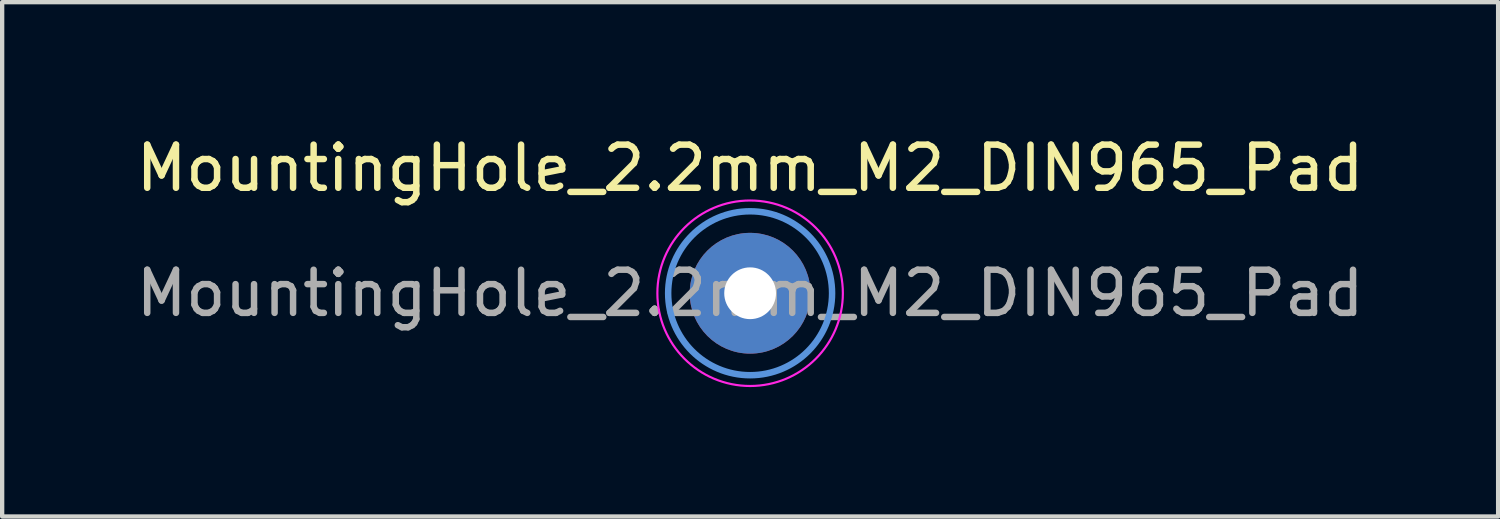
<source format=kicad_pcb>
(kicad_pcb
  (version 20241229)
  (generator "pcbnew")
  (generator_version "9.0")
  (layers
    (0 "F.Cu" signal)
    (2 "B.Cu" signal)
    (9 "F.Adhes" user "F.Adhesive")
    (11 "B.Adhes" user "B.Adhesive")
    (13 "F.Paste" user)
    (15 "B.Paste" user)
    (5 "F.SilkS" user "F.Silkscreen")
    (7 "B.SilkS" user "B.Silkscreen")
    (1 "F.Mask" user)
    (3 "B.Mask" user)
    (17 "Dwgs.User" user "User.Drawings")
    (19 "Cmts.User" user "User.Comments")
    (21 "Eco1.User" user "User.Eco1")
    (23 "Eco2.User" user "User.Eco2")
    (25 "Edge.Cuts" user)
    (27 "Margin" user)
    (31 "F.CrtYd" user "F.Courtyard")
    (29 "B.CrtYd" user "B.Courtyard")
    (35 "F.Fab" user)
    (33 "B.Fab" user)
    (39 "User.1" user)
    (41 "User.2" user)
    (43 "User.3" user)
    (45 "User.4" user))
  (footprint "MountingHole_2.2mm_M2_DIN965_Pad"
    (layer "F.Cu")
    (at 14.339 3.748)
    (property "Reference" "MountingHole_2.2mm_M2_DIN965_Pad" (at 0 -2.9 0) (layer "F.SilkS") (effects (font (size 1 1) (thickness 0.15))))
    (attr exclude_from_pos_files exclude_from_bom)
    (fp_circle (center 0 0) (end 1.9 0) (stroke (width 0.15) (type solid)) (fill no) (layer "Cmts.User"))
    (fp_circle (center 0 0) (end 2.15 0) (stroke (width 0.05) (type solid)) (fill no) (layer "F.CrtYd"))
    (fp_text user "${REFERENCE}" (at 0 0 0) (layer "F.Fab") (effects (font (size 1 1) (thickness 0.15))))
    (pad "1" thru_hole circle (at 0 0) (size 2.8 2.8) (drill 1.2) (layers "*.Cu" "*.Mask")))
  (gr_rect
    (start -3 -3)
    (end 31.679 8.923)
    (stroke (width 0.1) (type default))
    (fill no)
    (layer "Edge.Cuts")))
</source>
